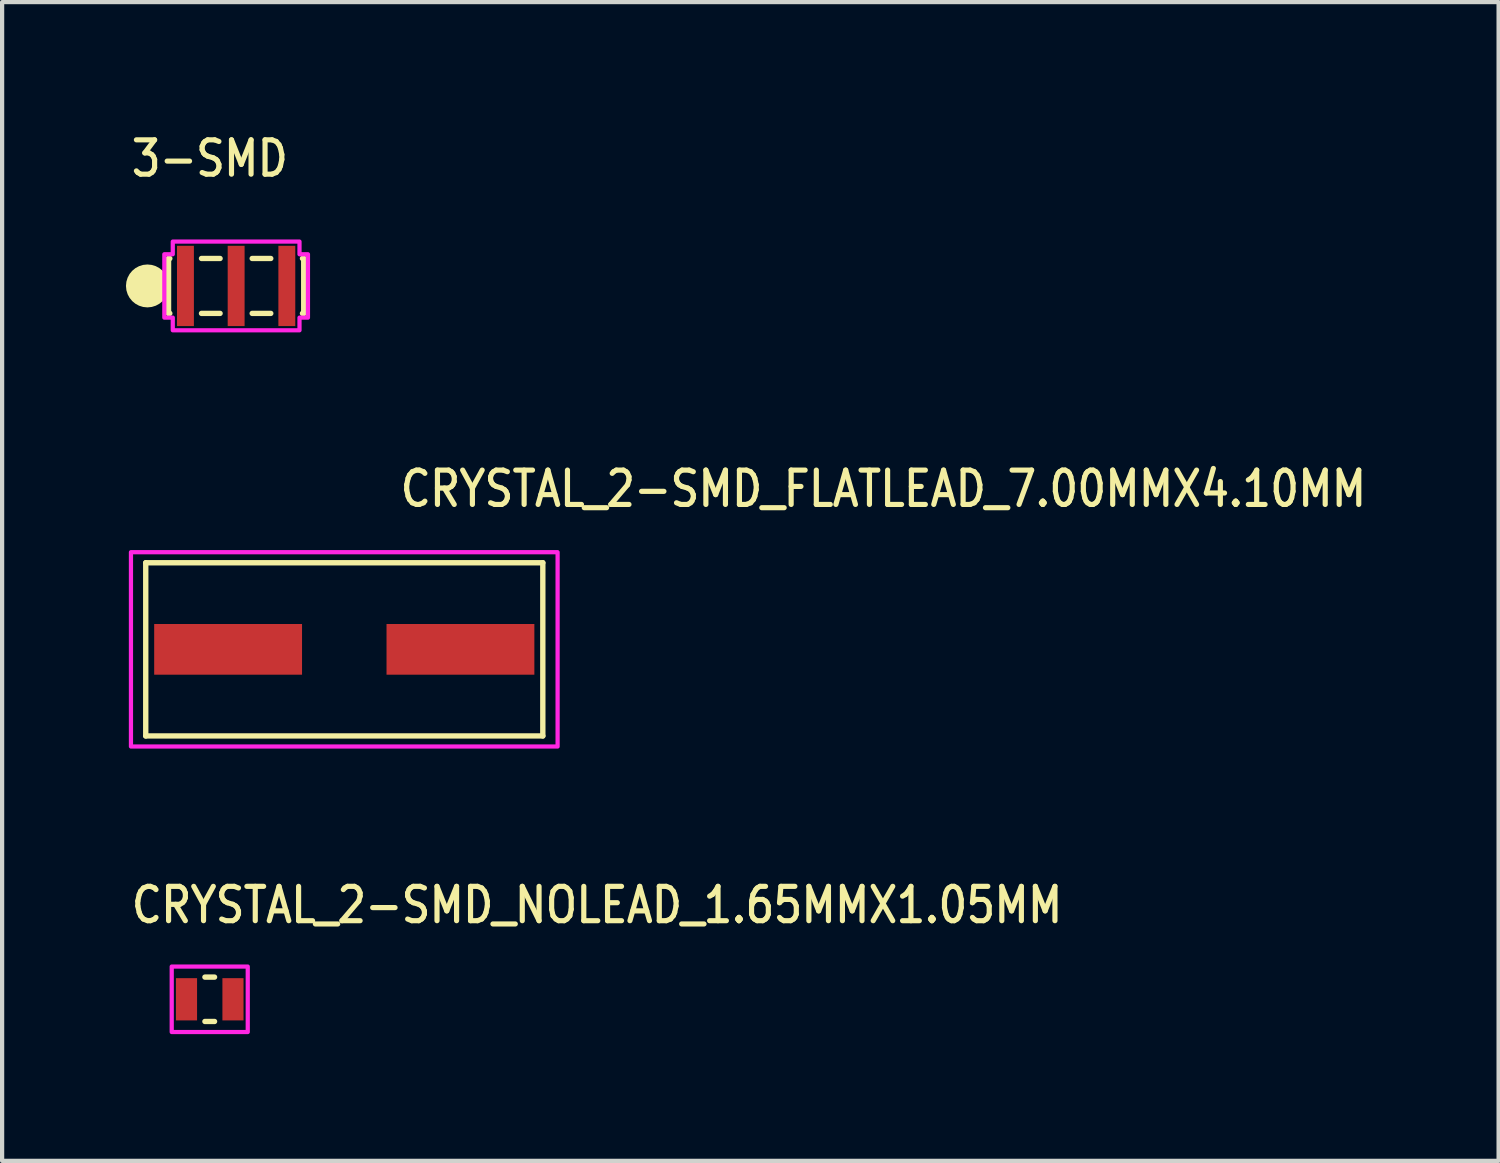
<source format=kicad_pcb>
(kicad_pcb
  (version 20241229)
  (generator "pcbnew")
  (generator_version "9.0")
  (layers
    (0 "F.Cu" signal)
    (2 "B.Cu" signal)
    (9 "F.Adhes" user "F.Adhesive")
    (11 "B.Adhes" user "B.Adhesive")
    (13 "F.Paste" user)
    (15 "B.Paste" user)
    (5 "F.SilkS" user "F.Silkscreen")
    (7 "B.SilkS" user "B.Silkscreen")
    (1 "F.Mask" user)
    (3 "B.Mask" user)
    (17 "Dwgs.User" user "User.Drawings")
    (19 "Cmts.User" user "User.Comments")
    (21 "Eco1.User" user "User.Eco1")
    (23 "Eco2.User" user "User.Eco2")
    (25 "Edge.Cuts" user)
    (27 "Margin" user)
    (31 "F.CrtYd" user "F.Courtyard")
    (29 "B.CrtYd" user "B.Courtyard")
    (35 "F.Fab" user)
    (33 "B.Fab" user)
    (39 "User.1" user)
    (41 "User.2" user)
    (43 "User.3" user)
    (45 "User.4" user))
  (footprint "3-SMD"
    (layer "F.Cu")
    (at 2.54 3.719)
    (property "Reference" "3-SMD" (at -2.54 -2.54 0) (unlocked yes) (layer "F.SilkS") (effects (font (size 0.813 0.695) (thickness 0.122)) (justify left bottom)))
    (fp_line (start -1.6 -0.65) (end -1.6 0.65) (stroke (width 0.127) (type solid)) (layer "F.SilkS"))
    (fp_line (start -1.6 0.65) (end -1.57 0.65) (stroke (width 0.127) (type solid)) (layer "F.SilkS"))
    (fp_line (start -1.57 -0.65) (end -1.6 -0.65) (stroke (width 0.127) (type solid)) (layer "F.SilkS"))
    (fp_line (start -0.82 0.65) (end -0.38 0.65) (stroke (width 0.127) (type solid)) (layer "F.SilkS"))
    (fp_line (start -0.38 -0.65) (end -0.82 -0.65) (stroke (width 0.127) (type solid)) (layer "F.SilkS"))
    (fp_line (start 0.38 -0.65) (end 0.82 -0.65) (stroke (width 0.127) (type solid)) (layer "F.SilkS"))
    (fp_line (start 0.38 0.65) (end 0.82 0.65) (stroke (width 0.127) (type solid)) (layer "F.SilkS"))
    (fp_line (start 1.57 0.65) (end 1.6 0.65) (stroke (width 0.127) (type solid)) (layer "F.SilkS"))
    (fp_line (start 1.6 -0.65) (end 1.57 -0.65) (stroke (width 0.127) (type solid)) (layer "F.SilkS"))
    (fp_line (start 1.6 0.65) (end 1.6 -0.65) (stroke (width 0.127) (type solid)) (layer "F.SilkS"))
    (fp_circle (center -2.1 0) (end -2.1 0) (stroke (width 0.508) (type solid)) (fill no) (layer "F.SilkS"))
    (fp_poly (pts (xy -1.5 -1.05) (xy 1.5 -1.05) (xy 1.5 -0.75) (xy 1.7 -0.75) (xy 1.7 0.75) (xy 1.5 0.75) (xy 1.5 1.05) (xy -1.5 1.05) (xy -1.5 0.75) (xy -1.7 0.75) (xy -1.7 -0.75) (xy -1.5 -0.75)) (stroke (width 0.1) (type solid)) (fill no) (layer "F.CrtYd"))
    (pad "P$1" smd rect (at -1.2 0) (size 0.4 1.9) (layers "F.Cu" "F.Mask" "F.Paste"))
    (pad "P$2" smd rect (at 0 0) (size 0.4 1.9) (layers "F.Cu" "F.Mask" "F.Paste"))
    (pad "P$3" smd rect (at 1.2 0) (size 0.4 1.9) (layers "F.Cu" "F.Mask" "F.Paste")))
  (footprint "CRYSTAL_2-SMD_FLATLEAD_7.00MMX4.10MM"
    (layer "F.Cu")
    (at 5.1 12.322)
    (property "Reference" "CRYSTAL_2-SMD_FLATLEAD_7.00MMX4.10MM" (at 1.265 -3.325 0) (unlocked yes) (layer "F.SilkS") (effects (font (size 0.813 0.695) (thickness 0.122)) (justify left bottom)))
    (fp_line (start -4.7 -2.05) (end 4.7 -2.05) (stroke (width 0.127) (type solid)) (layer "F.SilkS"))
    (fp_line (start -4.7 2.05) (end -4.7 -2.05) (stroke (width 0.127) (type solid)) (layer "F.SilkS"))
    (fp_line (start 4.7 -2.05) (end 4.7 2.05) (stroke (width 0.127) (type solid)) (layer "F.SilkS"))
    (fp_line (start 4.7 2.05) (end -4.7 2.05) (stroke (width 0.127) (type solid)) (layer "F.SilkS"))
    (fp_poly (pts (xy -5.05 -2.3) (xy 5.05 -2.3) (xy 5.05 2.3) (xy -5.05 2.3)) (stroke (width 0.1) (type solid)) (fill no) (layer "F.CrtYd"))
    (pad "P$1" smd rect (at -2.75 0) (size 3.5 1.2) (layers "F.Cu" "F.Mask" "F.Paste"))
    (pad "P$2" smd rect (at 2.75 0) (size 3.5 1.2) (layers "F.Cu" "F.Mask" "F.Paste")))
  (footprint "CRYSTAL_2-SMD_NOLEAD_1.65MMX1.05MM"
    (layer "F.Cu")
    (at 1.915 20.606)
    (property "Reference" "CRYSTAL_2-SMD_NOLEAD_1.65MMX1.05MM" (at -1.915 -1.755 0) (unlocked yes) (layer "F.SilkS") (effects (font (size 0.813 0.695) (thickness 0.122)) (justify left bottom)))
    (fp_line (start -0.114 -0.525) (end 0.114 -0.525) (stroke (width 0.127) (type solid)) (layer "F.SilkS"))
    (fp_line (start 0.114 0.525) (end -0.114 0.525) (stroke (width 0.127) (type solid)) (layer "F.SilkS"))
    (fp_poly (pts (xy -0.9 0.775) (xy -0.9 -0.775) (xy 0.9 -0.775) (xy 0.9 0.775)) (stroke (width 0.1) (type solid)) (fill no) (layer "F.CrtYd"))
    (pad "P$1" smd rect (at -0.55 0) (size 0.5 1) (layers "F.Cu" "F.Mask" "F.Paste"))
    (pad "P$2" smd rect (at 0.55 0) (size 0.5 1) (layers "F.Cu" "F.Mask" "F.Paste")))
  (gr_rect
    (start -3 -3)
    (end 32.426 24.431)
    (stroke (width 0.1) (type default))
    (fill no)
    (layer "Edge.Cuts")))
</source>
